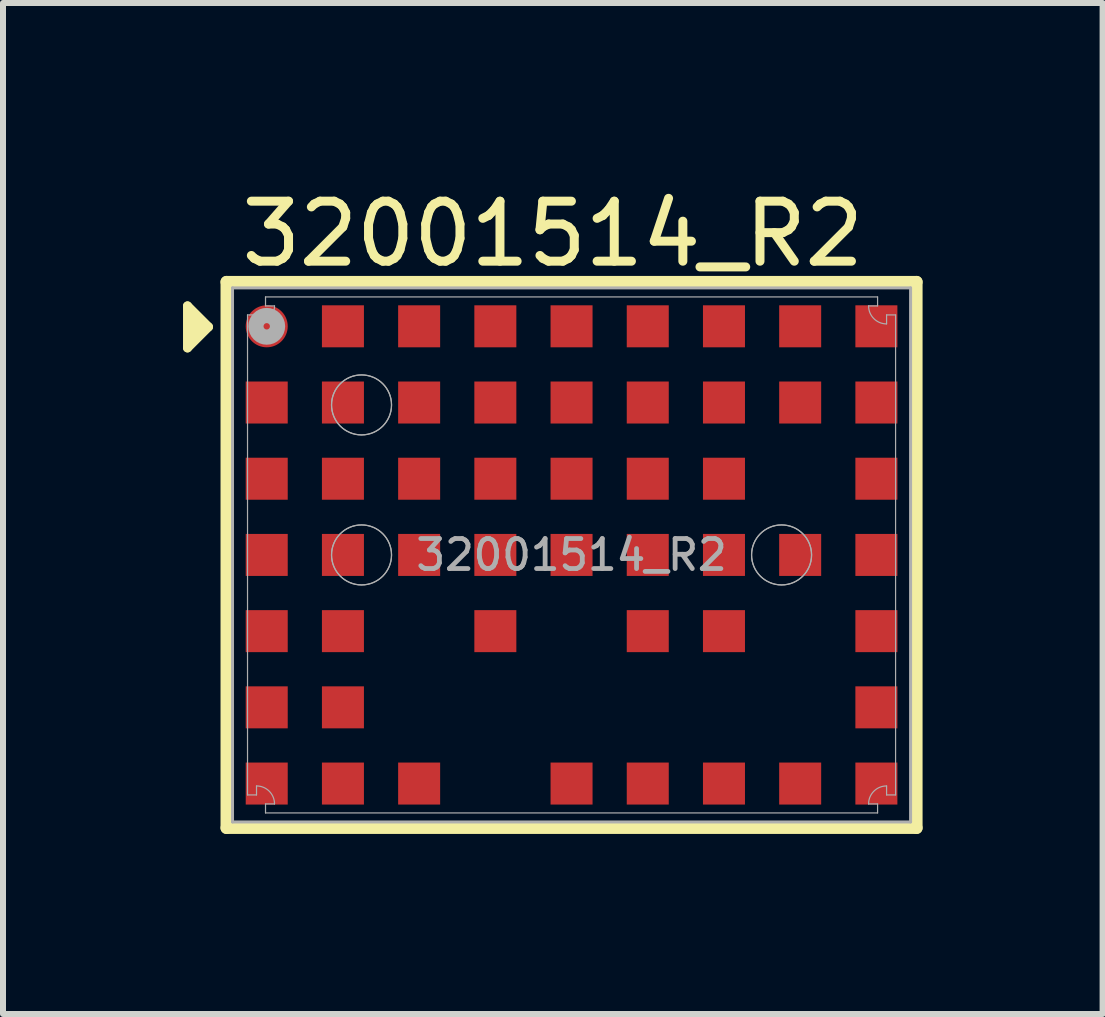
<source format=kicad_pcb>
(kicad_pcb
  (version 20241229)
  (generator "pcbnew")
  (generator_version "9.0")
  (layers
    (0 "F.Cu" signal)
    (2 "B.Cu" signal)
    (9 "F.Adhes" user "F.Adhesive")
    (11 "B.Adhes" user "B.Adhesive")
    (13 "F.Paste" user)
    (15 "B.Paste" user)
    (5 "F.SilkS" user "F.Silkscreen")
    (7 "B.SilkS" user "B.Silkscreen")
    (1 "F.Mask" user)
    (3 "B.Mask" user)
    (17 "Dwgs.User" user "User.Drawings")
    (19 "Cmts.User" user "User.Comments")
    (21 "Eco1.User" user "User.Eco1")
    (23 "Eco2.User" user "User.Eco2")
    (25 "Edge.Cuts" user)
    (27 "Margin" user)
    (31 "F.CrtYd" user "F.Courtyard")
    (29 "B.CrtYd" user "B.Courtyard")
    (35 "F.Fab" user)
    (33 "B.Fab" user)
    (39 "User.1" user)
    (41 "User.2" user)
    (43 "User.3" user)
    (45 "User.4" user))
  (footprint "32001514_R2"
    (layer "F.Cu")
    (at 6.475 6.198)
    (property "Reference" "32001514_R2" (at -0.312 -5.35 0) (layer "F.SilkS") (effects (font (size 1 1) (thickness 0.15))))
    (fp_line (start -5.75 -4.55) (end -5.35 -4.55) (stroke (width 0.15) (type solid)) (layer "F.Mask"))
    (fp_line (start -5.75 -4.15) (end -5.75 -4.55) (stroke (width 0.15) (type solid)) (layer "F.Mask"))
    (fp_line (start -5.75 4.55) (end -5.75 4.35) (stroke (width 0.15) (type solid)) (layer "F.Mask"))
    (fp_line (start -5.75 4.55) (end -5.55 4.55) (stroke (width 0.15) (type solid)) (layer "F.Mask"))
    (fp_line (start 5.55 -4.55) (end 5.75 -4.55) (stroke (width 0.15) (type solid)) (layer "F.Mask"))
    (fp_line (start 5.55 4.55) (end 5.75 4.55) (stroke (width 0.15) (type solid)) (layer "F.Mask"))
    (fp_line (start 5.75 -4.35) (end 5.75 -4.55) (stroke (width 0.15) (type solid)) (layer "F.Mask"))
    (fp_line (start 5.75 4.55) (end 5.75 4.35) (stroke (width 0.15) (type solid)) (layer "F.Mask"))
    (fp_line (start -6.4 -4.15) (end -6.05 -3.8) (stroke (width 0.15) (type solid)) (layer "F.SilkS"))
    (fp_line (start -6.4 -3.45) (end -6.4 -4.15) (stroke (width 0.15) (type solid)) (layer "F.SilkS"))
    (fp_line (start -6.4 -3.45) (end -6.05 -3.8) (stroke (width 0.15) (type solid)) (layer "F.SilkS"))
    (fp_line (start -5.75 -4.55) (end 5.75 -4.55) (stroke (width 0.2) (type solid)) (layer "F.SilkS"))
    (fp_line (start -5.75 4.55) (end -5.75 -4.55) (stroke (width 0.2) (type solid)) (layer "F.SilkS"))
    (fp_line (start -5.75 4.55) (end 5.75 4.55) (stroke (width 0.2) (type solid)) (layer "F.SilkS"))
    (fp_line (start 5.75 4.55) (end 5.75 -4.55) (stroke (width 0.2) (type solid)) (layer "F.SilkS"))
    (fp_poly (pts (xy -6.4 -4.15) (xy -6.05 -3.8) (xy -6.4 -3.45)) (stroke (width 0) (type default)) (fill yes) (layer "F.SilkS"))
    (fp_line (start -5.65 -4.45) (end 5.65 -4.45) (stroke (width 0.05) (type solid)) (layer "F.Fab"))
    (fp_line (start -5.65 4.45) (end -5.65 -4.45) (stroke (width 0.05) (type solid)) (layer "F.Fab"))
    (fp_line (start -5.65 4.45) (end 5.65 4.45) (stroke (width 0.05) (type solid)) (layer "F.Fab"))
    (fp_line (start -5.4 -4) (end -5.25 -4) (stroke (width 0.02) (type solid)) (layer "F.Fab"))
    (fp_line (start -5.4 4) (end -5.4 -4) (stroke (width 0.02) (type solid)) (layer "F.Fab"))
    (fp_line (start -5.4 4) (end -5.25 4) (stroke (width 0.02) (type solid)) (layer "F.Fab"))
    (fp_line (start -5.25 -3.85) (end -5.25 -4) (stroke (width 0.02) (type solid)) (layer "F.Fab"))
    (fp_line (start -5.25 4) (end -5.25 3.85) (stroke (width 0.02) (type solid)) (layer "F.Fab"))
    (fp_line (start -5.1 -4.3) (end -5.1 -4.15) (stroke (width 0.02) (type solid)) (layer "F.Fab"))
    (fp_line (start -5.1 -4.3) (end 5.1 -4.3) (stroke (width 0.02) (type solid)) (layer "F.Fab"))
    (fp_line (start -5.1 -4.15) (end -4.95 -4.15) (stroke (width 0.02) (type solid)) (layer "F.Fab"))
    (fp_line (start -5.1 4.15) (end -4.95 4.15) (stroke (width 0.02) (type solid)) (layer "F.Fab"))
    (fp_line (start -5.1 4.3) (end -5.1 4.15) (stroke (width 0.02) (type solid)) (layer "F.Fab"))
    (fp_line (start -5.1 4.3) (end 5.1 4.3) (stroke (width 0.02) (type solid)) (layer "F.Fab"))
    (fp_line (start 4.95 -4.15) (end 5.1 -4.15) (stroke (width 0.02) (type solid)) (layer "F.Fab"))
    (fp_line (start 4.95 4.15) (end 5.1 4.15) (stroke (width 0.02) (type solid)) (layer "F.Fab"))
    (fp_line (start 5.1 -4.15) (end 5.1 -4.3) (stroke (width 0.02) (type solid)) (layer "F.Fab"))
    (fp_line (start 5.1 4.15) (end 5.1 4.3) (stroke (width 0.02) (type solid)) (layer "F.Fab"))
    (fp_line (start 5.25 -3.85) (end 5.25 -4) (stroke (width 0.02) (type solid)) (layer "F.Fab"))
    (fp_line (start 5.25 4) (end 5.25 3.85) (stroke (width 0.02) (type solid)) (layer "F.Fab"))
    (fp_line (start 5.25 4) (end 5.4 4) (stroke (width 0.02) (type solid)) (layer "F.Fab"))
    (fp_line (start 5.25 -4) (end 5.4 -4) (stroke (width 0.02) (type solid)) (layer "F.Fab"))
    (fp_line (start 5.4 4) (end 5.4 -4) (stroke (width 0.02) (type solid)) (layer "F.Fab"))
    (fp_line (start 5.65 4.45) (end 5.65 -4.45) (stroke (width 0.05) (type solid)) (layer "F.Fab"))
    (fp_arc (start -5.25 3.85) (mid -5.037868 3.937868) (end -4.95 4.15) (stroke (width 0.02) (type solid)) (layer "F.Fab"))
    (fp_arc (start -4.95 -4.15) (mid -5.037868 -3.937868) (end -5.25 -3.85) (stroke (width 0.02) (type solid)) (layer "F.Fab"))
    (fp_arc (start 4.95001 4.14999) (mid 5.037878 3.937858) (end 5.25001 3.84999) (stroke (width 0.02) (type solid)) (layer "F.Fab"))
    (fp_arc (start 5.25 -3.85) (mid 5.037868 -3.937868) (end 4.95 -4.15) (stroke (width 0.02) (type solid)) (layer "F.Fab"))
    (fp_circle (center -5.08 -3.81) (end -5.08 -3.99) (stroke (width 0.254) (type solid)) (fill no) (layer "F.Fab"))
    (fp_circle (center -3.5 -2.5) (end -3.5 -3) (stroke (width 0.02) (type solid)) (fill no) (layer "F.Fab"))
    (fp_circle (center -3.5 -2.5) (end -3.5 -3) (stroke (width 0.02) (type solid)) (fill no) (layer "F.Fab"))
    (fp_circle (center -3.5 0) (end -3.5 -0.5) (stroke (width 0.02) (type solid)) (fill no) (layer "F.Fab"))
    (fp_circle (center -3.5 0) (end -3.5 -0.5) (stroke (width 0.02) (type solid)) (fill no) (layer "F.Fab"))
    (fp_circle (center 3.5 0) (end 3.5 -0.5) (stroke (width 0.02) (type solid)) (fill no) (layer "F.Fab"))
    (fp_circle (center 3.5 0) (end 3.5 -0.5) (stroke (width 0.02) (type solid)) (fill no) (layer "F.Fab"))
    (fp_text user "${REFERENCE}" (at 0 0 0) (layer "F.Fab") (effects (font (size 0.5 0.5) (thickness 0.08))))
    (pad "A1" smd circle (at -5.08 -3.81) (size 0.7 0.7) (layers "F.Cu" "F.Mask" "F.Paste"))
    (pad "A2" smd rect (at -3.81 -3.81) (size 0.7 0.7) (layers "F.Cu" "F.Mask" "F.Paste"))
    (pad "A3" smd rect (at -2.54 -3.81) (size 0.7 0.7) (layers "F.Cu" "F.Mask" "F.Paste"))
    (pad "A4" smd rect (at -1.27 -3.81) (size 0.7 0.7) (layers "F.Cu" "F.Mask" "F.Paste"))
    (pad "A5" smd rect (at 0 -3.81) (size 0.7 0.7) (layers "F.Cu" "F.Mask" "F.Paste"))
    (pad "A6" smd rect (at 1.27 -3.81) (size 0.7 0.7) (layers "F.Cu" "F.Mask" "F.Paste"))
    (pad "A7" smd rect (at 2.54 -3.81) (size 0.7 0.7) (layers "F.Cu" "F.Mask" "F.Paste"))
    (pad "A8" smd rect (at 3.81 -3.81) (size 0.7 0.7) (layers "F.Cu" "F.Mask" "F.Paste"))
    (pad "A9" smd rect (at 5.08 -3.81) (size 0.7 0.7) (layers "F.Cu" "F.Mask" "F.Paste"))
    (pad "B1" smd rect (at -5.08 -2.54) (size 0.7 0.7) (layers "F.Cu" "F.Mask" "F.Paste"))
    (pad "B2" smd rect (at -3.81 -2.54) (size 0.7 0.7) (layers "F.Cu" "F.Mask" "F.Paste"))
    (pad "B3" smd rect (at -2.54 -2.54) (size 0.7 0.7) (layers "F.Cu" "F.Mask" "F.Paste"))
    (pad "B4" smd rect (at -1.27 -2.54) (size 0.7 0.7) (layers "F.Cu" "F.Mask" "F.Paste"))
    (pad "B5" smd rect (at 0 -2.54) (size 0.7 0.7) (layers "F.Cu" "F.Mask" "F.Paste"))
    (pad "B6" smd rect (at 1.27 -2.54) (size 0.7 0.7) (layers "F.Cu" "F.Mask" "F.Paste"))
    (pad "B7" smd rect (at 2.54 -2.54) (size 0.7 0.7) (layers "F.Cu" "F.Mask" "F.Paste"))
    (pad "B8" smd rect (at 3.81 -2.54) (size 0.7 0.7) (layers "F.Cu" "F.Mask" "F.Paste"))
    (pad "B9" smd rect (at 5.08 -2.54) (size 0.7 0.7) (layers "F.Cu" "F.Mask" "F.Paste"))
    (pad "C1" smd rect (at -5.08 -1.27) (size 0.7 0.7) (layers "F.Cu" "F.Mask" "F.Paste"))
    (pad "C2" smd rect (at -3.81 -1.27) (size 0.7 0.7) (layers "F.Cu" "F.Mask" "F.Paste"))
    (pad "C3" smd rect (at -2.54 -1.27) (size 0.7 0.7) (layers "F.Cu" "F.Mask" "F.Paste"))
    (pad "C4" smd rect (at -1.27 -1.27) (size 0.7 0.7) (layers "F.Cu" "F.Mask" "F.Paste"))
    (pad "C5" smd rect (at 0 -1.27) (size 0.7 0.7) (layers "F.Cu" "F.Mask" "F.Paste"))
    (pad "C6" smd rect (at 1.27 -1.27) (size 0.7 0.7) (layers "F.Cu" "F.Mask" "F.Paste"))
    (pad "C7" smd rect (at 2.54 -1.27) (size 0.7 0.7) (layers "F.Cu" "F.Mask" "F.Paste"))
    (pad "C9" smd rect (at 5.08 -1.27) (size 0.7 0.7) (layers "F.Cu" "F.Mask" "F.Paste"))
    (pad "D1" smd rect (at -5.08 0) (size 0.7 0.7) (layers "F.Cu" "F.Mask" "F.Paste"))
    (pad "D2" smd rect (at -3.81 0) (size 0.7 0.7) (layers "F.Cu" "F.Mask" "F.Paste"))
    (pad "D3" smd rect (at -2.54 0) (size 0.7 0.7) (layers "F.Cu" "F.Mask" "F.Paste"))
    (pad "D4" smd rect (at -1.27 0) (size 0.7 0.7) (layers "F.Cu" "F.Mask" "F.Paste"))
    (pad "D5" smd rect (at 0 0) (size 0.7 0.7) (layers "F.Cu" "F.Mask" "F.Paste"))
    (pad "D6" smd rect (at 1.27 0) (size 0.7 0.7) (layers "F.Cu" "F.Mask" "F.Paste"))
    (pad "D7" smd rect (at 2.54 0) (size 0.7 0.7) (layers "F.Cu" "F.Mask" "F.Paste"))
    (pad "D8" smd rect (at 3.81 0) (size 0.7 0.7) (layers "F.Cu" "F.Mask" "F.Paste"))
    (pad "D9" smd rect (at 5.08 0) (size 0.7 0.7) (layers "F.Cu" "F.Mask" "F.Paste"))
    (pad "E1" smd rect (at -5.08 1.27) (size 0.7 0.7) (layers "F.Cu" "F.Mask" "F.Paste"))
    (pad "E2" smd rect (at -3.81 1.27) (size 0.7 0.7) (layers "F.Cu" "F.Mask" "F.Paste"))
    (pad "E4" smd rect (at -1.27 1.27) (size 0.7 0.7) (layers "F.Cu" "F.Mask" "F.Paste"))
    (pad "E6" smd rect (at 1.27 1.27) (size 0.7 0.7) (layers "F.Cu" "F.Mask" "F.Paste"))
    (pad "E7" smd rect (at 2.54 1.27) (size 0.7 0.7) (layers "F.Cu" "F.Mask" "F.Paste"))
    (pad "E9" smd rect (at 5.08 1.27) (size 0.7 0.7) (layers "F.Cu" "F.Mask" "F.Paste"))
    (pad "F1" smd rect (at -5.08 2.54) (size 0.7 0.7) (layers "F.Cu" "F.Mask" "F.Paste"))
    (pad "F2" smd rect (at -3.81 2.54) (size 0.7 0.7) (layers "F.Cu" "F.Mask" "F.Paste"))
    (pad "F9" smd rect (at 5.08 2.54) (size 0.7 0.7) (layers "F.Cu" "F.Mask" "F.Paste"))
    (pad "G1" smd rect (at -5.08 3.81) (size 0.7 0.7) (layers "F.Cu" "F.Mask" "F.Paste"))
    (pad "G2" smd rect (at -3.81 3.81) (size 0.7 0.7) (layers "F.Cu" "F.Mask" "F.Paste"))
    (pad "G3" smd rect (at -2.54 3.81) (size 0.7 0.7) (layers "F.Cu" "F.Mask" "F.Paste"))
    (pad "G5" smd rect (at 0 3.81) (size 0.7 0.7) (layers "F.Cu" "F.Mask" "F.Paste"))
    (pad "G6" smd rect (at 1.27 3.81) (size 0.7 0.7) (layers "F.Cu" "F.Mask" "F.Paste"))
    (pad "G7" smd rect (at 2.54 3.81) (size 0.7 0.7) (layers "F.Cu" "F.Mask" "F.Paste"))
    (pad "G8" smd rect (at 3.81 3.81) (size 0.7 0.7) (layers "F.Cu" "F.Mask" "F.Paste"))
    (pad "G9" smd rect (at 5.08 3.81) (size 0.7 0.7) (layers "F.Cu" "F.Mask" "F.Paste")))
  (gr_rect
    (start -3 -3)
    (end 15.325 13.848)
    (stroke (width 0.1) (type default))
    (fill no)
    (layer "Edge.Cuts")))
</source>
